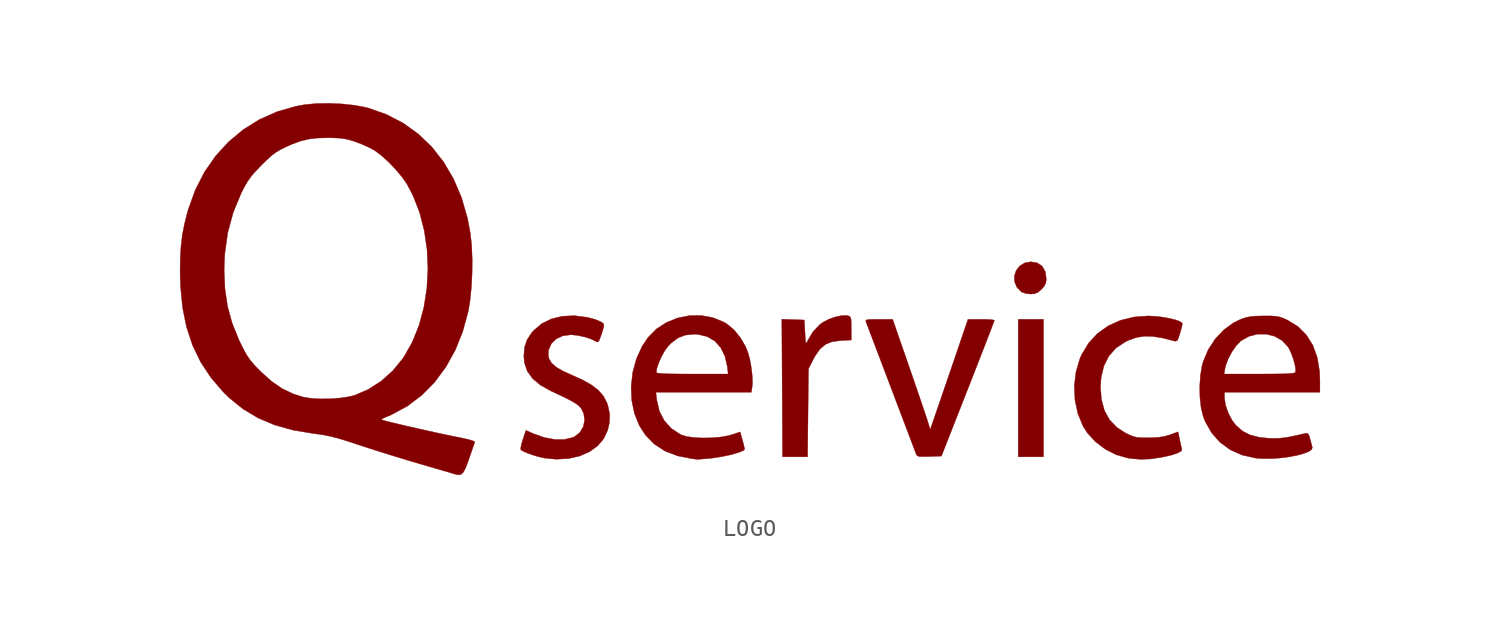
<source format=kicad_sym>
(kicad_symbol_lib
  (version 20220914)
  (generator bitmap2component)
  (symbol "LOGO"
    (pin_names
      (offset 1.016))
    (property "Reference" "#G"
      (at 0 10.626 0)
      (effects (font (size 1.27 1.27)) hide))
    (symbol "LOGO_0_0"
      (polyline (pts (xy -17.484 -11.236) (xy -17.367 -11.159) (xy -17.258 -11.002) (xy -17.142 -10.75) (xy -17.007 -10.387) (xy -16.838 -9.898) (xy -16.621 -9.267) (xy -16.678 -9.219) (xy -16.88 -9.15) (xy -17.205 -9.068) (xy -17.629 -8.98) (xy -17.965 -8.913) (xy -18.426 -8.817) (xy -18.947 -8.705) (xy -19.502 -8.583) (xy -20.066 -8.456) (xy -20.615 -8.331) (xy -21.123 -8.212) (xy -21.565 -8.106) (xy -21.917 -8.019) (xy -22.153 -7.955) (xy -22.248 -7.921) (xy -22.25 -7.919) (xy -22.203 -7.862) (xy -22.046 -7.786) (xy -21.657 -7.625) (xy -20.696 -7.105) (xy -19.824 -6.447) (xy -19.046 -5.659) (xy -18.37 -4.75) (xy -17.802 -3.728) (xy -17.349 -2.603) (xy -17.017 -1.381) (xy -16.909 -0.738) (xy -16.829 0.055) (xy -16.785 0.909) (xy -16.778 1.77) (xy -16.811 2.584) (xy -16.885 3.296) (xy -17.062 4.237) (xy -17.417 5.465) (xy -17.895 6.593) (xy -18.491 7.614) (xy -19.199 8.521) (xy -20.015 9.309) (xy -20.932 9.97) (xy -21.947 10.499) (xy -23.053 10.888) (xy -23.227 10.932) (xy -23.89 11.054) (xy -24.641 11.134) (xy -25.423 11.169) (xy -26.178 11.158) (xy -26.847 11.095) (xy -27.415 10.993) (xy -28.552 10.667) (xy -29.615 10.195) (xy -30.595 9.585) (xy -31.481 8.847) (xy -32.266 7.988) (xy -32.938 7.017) (xy -33.489 5.943) (xy -33.91 4.773) (xy -33.967 4.574) (xy -34.143 3.88) (xy -34.269 3.23) (xy -34.349 2.571) (xy -34.392 1.851) (xy -34.404 1.101) (xy -31.748 1.101) (xy -31.713 2.043) (xy -31.534 3.345) (xy -31.201 4.581) (xy -30.714 5.757) (xy -30.532 6.114) (xy -30.336 6.453) (xy -30.124 6.751) (xy -29.86 7.059) (xy -29.506 7.427) (xy -29.202 7.728) (xy -28.903 8.001) (xy -28.635 8.205) (xy -28.355 8.374) (xy -28.02 8.539) (xy -27.665 8.697) (xy -27.132 8.893) (xy -26.627 9.015) (xy -26.085 9.076) (xy -25.442 9.091) (xy -25.289 9.089) (xy -24.856 9.073) (xy -24.511 9.035) (xy -24.191 8.965) (xy -23.834 8.854) (xy -23.804 8.843) (xy -23.407 8.689) (xy -23.008 8.509) (xy -22.691 8.34) (xy -22.628 8.3) (xy -22.238 8.005) (xy -21.811 7.614) (xy -21.388 7.172) (xy -21.011 6.721) (xy -20.721 6.304) (xy -20.363 5.631) (xy -19.96 4.604) (xy -19.674 3.503) (xy -19.505 2.354) (xy -19.451 1.183) (xy -19.515 0.013) (xy -19.693 -1.131) (xy -19.986 -2.224) (xy -20.394 -3.241) (xy -20.916 -4.156) (xy -20.964 -4.227) (xy -21.569 -4.965) (xy -22.273 -5.594) (xy -23.051 -6.095) (xy -23.876 -6.448) (xy -24.192 -6.529) (xy -24.73 -6.611) (xy -25.333 -6.657) (xy -25.945 -6.665) (xy -26.508 -6.632) (xy -26.965 -6.557) (xy -27.562 -6.371) (xy -28.233 -6.053) (xy -28.872 -5.616) (xy -29.518 -5.037) (xy -29.599 -4.957) (xy -29.92 -4.624) (xy -30.161 -4.343) (xy -30.357 -4.063) (xy -30.546 -3.732) (xy -30.763 -3.298) (xy -30.869 -3.075) (xy -31.268 -2.081) (xy -31.54 -1.085) (xy -31.697 -0.039) (xy -31.748 1.101) (xy -34.404 1.101) (xy -34.405 1.016) (xy -34.383 0.148) (xy -34.257 -1.15) (xy -34.016 -2.34) (xy -33.653 -3.432) (xy -33.166 -4.44) (xy -32.549 -5.376) (xy -31.799 -6.252) (xy -31.428 -6.615) (xy -30.6 -7.281) (xy -29.694 -7.821) (xy -28.695 -8.242) (xy -27.588 -8.552) (xy -26.358 -8.757) (xy -26.128 -8.786) (xy -25.702 -8.851) (xy -25.295 -8.934) (xy -24.863 -9.046) (xy -24.363 -9.198) (xy -23.749 -9.399) (xy -23.337 -9.536) (xy -22.471 -9.815) (xy -21.494 -10.119) (xy -20.441 -10.438) (xy -19.347 -10.761) (xy -18.246 -11.079) (xy -18.022 -11.146) (xy -17.797 -11.214) (xy -17.622 -11.249) (xy -17.484 -11.236)) (stroke (width 0.01) (type default)) (fill (type outline)))
      (polyline (pts (xy -10.971 -10.268) (xy -10.297 -10.117) (xy -9.706 -9.86) (xy -9.214 -9.507) (xy -8.839 -9.065) (xy -8.598 -8.541) (xy -8.498 -8.1) (xy -8.481 -7.597) (xy -8.586 -7.079) (xy -8.656 -6.88) (xy -8.861 -6.493) (xy -9.159 -6.149) (xy -9.568 -5.832) (xy -10.107 -5.526) (xy -10.795 -5.216) (xy -11.292 -4.992) (xy -11.709 -4.749) (xy -11.988 -4.504) (xy -12.144 -4.243) (xy -12.192 -3.952) (xy -12.164 -3.7) (xy -12.002 -3.333) (xy -11.712 -3.048) (xy -11.315 -2.863) (xy -10.832 -2.796) (xy -10.785 -2.796) (xy -10.417 -2.836) (xy -10.007 -2.925) (xy -9.624 -3.046) (xy -9.341 -3.18) (xy -9.293 -3.209) (xy -9.209 -3.237) (xy -9.142 -3.185) (xy -9.07 -3.027) (xy -8.969 -2.736) (xy -8.918 -2.581) (xy -8.848 -2.345) (xy -8.829 -2.208) (xy -8.861 -2.126) (xy -8.942 -2.057) (xy -9.017 -2.012) (xy -9.247 -1.913) (xy -9.525 -1.821) (xy -9.832 -1.745) (xy -10.606 -1.644) (xy -11.336 -1.677) (xy -12.004 -1.84) (xy -12.589 -2.13) (xy -13.073 -2.543) (xy -13.188 -2.675) (xy -13.465 -3.093) (xy -13.616 -3.537) (xy -13.663 -4.069) (xy -13.626 -4.492) (xy -13.453 -4.997) (xy -13.132 -5.443) (xy -12.657 -5.838) (xy -12.023 -6.19) (xy -11.663 -6.358) (xy -11.19 -6.585) (xy -10.836 -6.765) (xy -10.581 -6.911) (xy -10.401 -7.035) (xy -10.275 -7.152) (xy -10.182 -7.273) (xy -10.049 -7.55) (xy -9.995 -7.95) (xy -10.074 -8.343) (xy -10.275 -8.685) (xy -10.589 -8.935) (xy -10.712 -8.992) (xy -11.213 -9.113) (xy -11.795 -9.113) (xy -12.432 -8.994) (xy -13.098 -8.758) (xy -13.537 -8.565) (xy -13.718 -9.106) (xy -13.801 -9.387) (xy -13.848 -9.613) (xy -13.848 -9.729) (xy -13.825 -9.754) (xy -13.663 -9.848) (xy -13.396 -9.959) (xy -13.069 -10.071) (xy -12.728 -10.169) (xy -12.417 -10.237) (xy -11.708 -10.306) (xy -10.971 -10.268)) (stroke (width 0.01) (type default)) (fill (type outline)))
      (polyline (pts (xy -3.015 -10.304) (xy -2.737 -10.281) (xy -2.391 -10.249) (xy -2.167 -10.223) (xy -1.746 -10.156) (xy -1.327 -10.07) (xy -0.944 -9.974) (xy -0.63 -9.875) (xy -0.417 -9.784) (xy -0.339 -9.709) (xy -0.352 -9.625) (xy -0.401 -9.414) (xy -0.474 -9.14) (xy -0.609 -8.659) (xy -1.13 -8.831) (xy -1.324 -8.885) (xy -1.788 -8.967) (xy -2.317 -9.013) (xy -2.863 -9.024) (xy -3.382 -8.998) (xy -3.827 -8.937) (xy -4.153 -8.839) (xy -4.219 -8.807) (xy -4.765 -8.448) (xy -5.19 -7.974) (xy -5.485 -7.401) (xy -5.64 -6.74) (xy -5.696 -6.265) (xy -2.815 -6.265) (xy 0.065 -6.265) (xy 0.12 -5.903) (xy 0.136 -5.658) (xy 0.118 -5.238) (xy 0.062 -4.762) (xy -0.024 -4.289) (xy -0.134 -3.879) (xy -0.298 -3.478) (xy -0.604 -2.959) (xy -0.975 -2.505) (xy -1.372 -2.166) (xy -1.599 -2.029) (xy -2.258 -1.76) (xy -2.962 -1.633) (xy -3.682 -1.642) (xy -4.39 -1.784) (xy -5.059 -2.053) (xy -5.661 -2.446) (xy -6.167 -2.957) (xy -6.531 -3.5) (xy -6.873 -4.254) (xy -7.089 -5.054) (xy -5.673 -5.054) (xy -5.641 -4.844) (xy -5.532 -4.508) (xy -5.368 -4.138) (xy -5.176 -3.788) (xy -4.979 -3.515) (xy -4.767 -3.294) (xy -4.359 -2.986) (xy -3.912 -2.816) (xy -3.387 -2.764) (xy -3.147 -2.775) (xy -2.598 -2.906) (xy -2.14 -3.176) (xy -1.779 -3.578) (xy -1.523 -4.102) (xy -1.381 -4.741) (xy -1.331 -5.165) (xy -3.502 -5.165) (xy -4.036 -5.164) (xy -4.605 -5.159) (xy -5.033 -5.151) (xy -5.338 -5.136) (xy -5.535 -5.116) (xy -5.641 -5.089) (xy -5.673 -5.054) (xy -7.089 -5.054) (xy -7.093 -5.068) (xy -7.187 -5.911) (xy -7.153 -6.75) (xy -6.986 -7.554) (xy -6.685 -8.291) (xy -6.319 -8.855) (xy -5.788 -9.397) (xy -5.144 -9.814) (xy -4.387 -10.106) (xy -3.514 -10.275) (xy -3.323 -10.298) (xy -3.217 -10.314) (xy -3.185 -10.315) (xy -3.015 -10.304)) (stroke (width 0.01) (type default)) (fill (type outline)))
      (polyline (pts (xy 24.123 -10.291) (xy 24.738 -10.205) (xy 25.044 -10.146) (xy 25.486 -10.038) (xy 25.813 -9.924) (xy 26.008 -9.812) (xy 26.052 -9.709) (xy 26.027 -9.625) (xy 25.974 -9.408) (xy 25.914 -9.129) (xy 25.815 -8.652) (xy 25.332 -8.829) (xy 25.288 -8.845) (xy 24.94 -8.941) (xy 24.543 -8.993) (xy 24.037 -9.012) (xy 23.667 -9.011) (xy 23.382 -8.993) (xy 23.155 -8.947) (xy 22.928 -8.86) (xy 22.643 -8.721) (xy 22.13 -8.393) (xy 21.686 -7.934) (xy 21.374 -7.372) (xy 21.191 -6.704) (xy 21.135 -5.927) (xy 21.174 -5.364) (xy 21.342 -4.669) (xy 21.64 -4.08) (xy 22.069 -3.599) (xy 22.626 -3.226) (xy 22.847 -3.121) (xy 23.308 -2.96) (xy 23.781 -2.886) (xy 24.301 -2.898) (xy 24.899 -2.995) (xy 25.612 -3.176) (xy 25.684 -3.187) (xy 25.766 -3.142) (xy 25.84 -2.996) (xy 25.929 -2.717) (xy 25.997 -2.475) (xy 26.055 -2.244) (xy 26.077 -2.123) (xy 26.053 -2.073) (xy 25.896 -1.978) (xy 25.621 -1.884) (xy 25.261 -1.798) (xy 24.85 -1.727) (xy 24.419 -1.678) (xy 24.003 -1.66) (xy 23.166 -1.722) (xy 22.338 -1.924) (xy 21.596 -2.259) (xy 20.95 -2.722) (xy 20.412 -3.305) (xy 19.994 -4.001) (xy 19.888 -4.246) (xy 19.654 -5.046) (xy 19.556 -5.889) (xy 19.595 -6.738) (xy 19.769 -7.556) (xy 20.079 -8.308) (xy 20.341 -8.718) (xy 20.833 -9.256) (xy 21.428 -9.705) (xy 22.087 -10.04) (xy 22.775 -10.233) (xy 23.052 -10.273) (xy 23.588 -10.313) (xy 24.123 -10.291)) (stroke (width 0.01) (type default)) (fill (type outline)))
      (polyline (pts (xy 31.507 -10.267) (xy 32.026 -10.229) (xy 32.529 -10.163) (xy 32.992 -10.074) (xy 33.388 -9.968) (xy 33.692 -9.849) (xy 33.878 -9.721) (xy 33.92 -9.59) (xy 33.907 -9.544) (xy 33.85 -9.333) (xy 33.781 -9.072) (xy 33.772 -9.036) (xy 33.702 -8.826) (xy 33.623 -8.742) (xy 33.501 -8.746) (xy 33.012 -8.858) (xy 32.571 -8.951) (xy 32.217 -9.01) (xy 31.912 -9.041) (xy 31.614 -9.049) (xy 31.284 -9.04) (xy 30.746 -8.988) (xy 30.177 -8.846) (xy 29.707 -8.607) (xy 29.308 -8.26) (xy 29.078 -7.956) (xy 28.84 -7.506) (xy 28.678 -7.032) (xy 28.617 -6.601) (xy 28.617 -6.265) (xy 31.496 -6.265) (xy 34.375 -6.265) (xy 34.375 -5.521) (xy 34.353 -4.992) (xy 34.214 -4.159) (xy 33.949 -3.429) (xy 33.561 -2.809) (xy 33.053 -2.302) (xy 32.427 -1.915) (xy 32.411 -1.907) (xy 32.151 -1.791) (xy 31.931 -1.716) (xy 31.698 -1.676) (xy 31.402 -1.66) (xy 30.988 -1.658) (xy 30.53 -1.669) (xy 30.179 -1.7) (xy 29.889 -1.76) (xy 29.604 -1.857) (xy 29.168 -2.068) (xy 28.573 -2.5) (xy 28.053 -3.055) (xy 27.63 -3.707) (xy 27.326 -4.431) (xy 27.266 -4.652) (xy 27.18 -5.165) (xy 28.595 -5.165) (xy 28.646 -4.847) (xy 28.682 -4.68) (xy 28.838 -4.257) (xy 29.067 -3.824) (xy 29.335 -3.441) (xy 29.608 -3.165) (xy 30.088 -2.894) (xy 30.608 -2.76) (xy 31.136 -2.759) (xy 31.64 -2.886) (xy 32.086 -3.14) (xy 32.443 -3.514) (xy 32.509 -3.622) (xy 32.645 -3.91) (xy 32.767 -4.247) (xy 32.861 -4.582) (xy 32.911 -4.864) (xy 32.902 -5.044) (xy 32.902 -5.045) (xy 32.861 -5.083) (xy 32.761 -5.112) (xy 32.583 -5.134) (xy 32.308 -5.149) (xy 31.919 -5.158) (xy 31.398 -5.163) (xy 30.726 -5.165) (xy 28.595 -5.165) (xy 27.18 -5.165) (xy 27.166 -5.248) (xy 27.122 -5.91) (xy 27.136 -6.581) (xy 27.206 -7.205) (xy 27.333 -7.726) (xy 27.451 -8.029) (xy 27.838 -8.713) (xy 28.346 -9.286) (xy 28.963 -9.736) (xy 29.678 -10.056) (xy 30.48 -10.236) (xy 30.528 -10.242) (xy 31 -10.273) (xy 31.507 -10.267)) (stroke (width 0.01) (type default)) (fill (type outline)))
      (polyline (pts (xy 3.486 -7.505) (xy 3.514 -4.851) (xy 3.81 -4.27) (xy 3.928 -4.053) (xy 4.22 -3.644) (xy 4.551 -3.371) (xy 4.955 -3.213) (xy 5.466 -3.146) (xy 6.096 -3.114) (xy 6.096 -2.405) (xy 6.094 -2.115) (xy 6.083 -1.878) (xy 6.051 -1.745) (xy 5.99 -1.679) (xy 5.889 -1.645) (xy 5.839 -1.635) (xy 5.527 -1.639) (xy 5.144 -1.717) (xy 4.747 -1.855) (xy 4.394 -2.038) (xy 4.207 -2.173) (xy 3.782 -2.615) (xy 3.456 -3.172) (xy 3.406 -3.275) (xy 3.369 -3.302) (xy 3.344 -3.224) (xy 3.324 -3.018) (xy 3.302 -2.664) (xy 3.26 -1.905) (xy 2.582 -1.881) (xy 1.905 -1.857) (xy 1.928 -6.008) (xy 1.95 -10.16) (xy 2.704 -10.16) (xy 3.459 -10.16) (xy 3.486 -7.505)) (stroke (width 0.01) (type default)) (fill (type outline)))
      (polyline (pts (xy 10.806 -10.142) (xy 11.538 -10.118) (xy 13.134 -6.054) (xy 13.239 -5.789) (xy 13.541 -5.017) (xy 13.822 -4.298) (xy 14.076 -3.646) (xy 14.296 -3.077) (xy 14.478 -2.605) (xy 14.615 -2.246) (xy 14.701 -2.015) (xy 14.732 -1.926) (xy 14.706 -1.91) (xy 14.548 -1.886) (xy 14.279 -1.869) (xy 13.935 -1.863) (xy 13.138 -1.863) (xy 12.757 -2.985) (xy 12.661 -3.267) (xy 12.493 -3.759) (xy 12.293 -4.346) (xy 12.071 -4.992) (xy 11.842 -5.66) (xy 11.618 -6.314) (xy 10.859 -8.521) (xy 10.717 -8.049) (xy 10.671 -7.905) (xy 10.57 -7.6) (xy 10.427 -7.176) (xy 10.249 -6.654) (xy 10.045 -6.056) (xy 9.821 -5.404) (xy 9.584 -4.721) (xy 8.594 -1.865) (xy 7.759 -1.864) (xy 7.394 -1.865) (xy 7.147 -1.876) (xy 7.016 -1.9) (xy 6.97 -1.943) (xy 6.982 -2.011) (xy 7.005 -2.072) (xy 7.087 -2.286) (xy 7.215 -2.626) (xy 7.385 -3.072) (xy 7.588 -3.606) (xy 7.816 -4.209) (xy 8.064 -4.862) (xy 8.324 -5.546) (xy 8.588 -6.242) (xy 8.849 -6.931) (xy 9.101 -7.594) (xy 9.335 -8.213) (xy 9.546 -8.768) (xy 9.725 -9.24) (xy 9.865 -9.611) (xy 9.96 -9.862) (xy 10.002 -9.973) (xy 10.038 -10.053) (xy 10.104 -10.114) (xy 10.23 -10.145) (xy 10.451 -10.151) (xy 10.806 -10.142)) (stroke (width 0.01) (type default)) (fill (type outline)))
      (polyline (pts (xy 17.695 -6.011) (xy 17.695 -1.863) (xy 16.933 -1.863) (xy 16.171 -1.863) (xy 16.171 -6.011) (xy 16.171 -10.16) (xy 16.933 -10.16) (xy 17.695 -10.16) (xy 17.695 -6.011)) (stroke (width 0.01) (type default)) (fill (type outline)))
      (polyline (pts (xy 17.152 -0.322) (xy 17.359 -0.238) (xy 17.577 -0.051) (xy 17.727 0.116) (xy 17.836 0.325) (xy 17.865 0.58) (xy 17.802 1.015) (xy 17.62 1.338) (xy 17.328 1.539) (xy 16.933 1.609) (xy 16.932 1.609) (xy 16.55 1.537) (xy 16.249 1.347) (xy 16.042 1.071) (xy 15.939 0.744) (xy 15.95 0.399) (xy 16.086 0.071) (xy 16.359 -0.206) (xy 16.406 -0.234) (xy 16.641 -0.309) (xy 16.918 -0.339) (xy 17.152 -0.322)) (stroke (width 0.01) (type default)) (fill (type outline))))))
</source>
